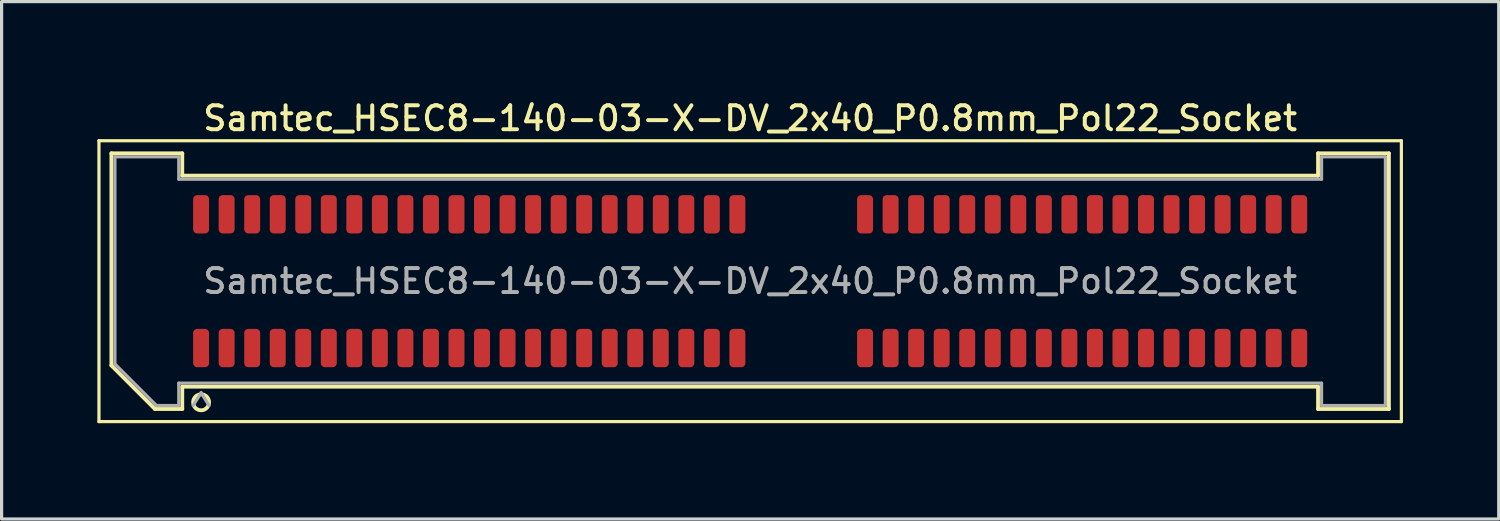
<source format=kicad_pcb>
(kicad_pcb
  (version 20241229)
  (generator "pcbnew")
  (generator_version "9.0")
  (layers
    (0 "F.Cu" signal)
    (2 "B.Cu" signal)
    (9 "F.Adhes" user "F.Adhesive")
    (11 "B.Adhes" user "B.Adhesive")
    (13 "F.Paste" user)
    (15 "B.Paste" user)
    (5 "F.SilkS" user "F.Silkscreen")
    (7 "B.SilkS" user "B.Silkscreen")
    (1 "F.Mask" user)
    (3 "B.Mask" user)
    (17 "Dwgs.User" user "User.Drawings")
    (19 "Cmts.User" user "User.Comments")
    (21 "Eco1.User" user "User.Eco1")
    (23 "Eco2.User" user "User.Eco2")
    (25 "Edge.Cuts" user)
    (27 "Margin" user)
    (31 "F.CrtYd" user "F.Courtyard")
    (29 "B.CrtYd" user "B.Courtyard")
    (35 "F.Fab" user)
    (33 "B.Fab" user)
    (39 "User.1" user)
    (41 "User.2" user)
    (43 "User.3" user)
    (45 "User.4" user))
  (footprint "Samtec_HSEC8-140-03-X-DV_2x40_P0.8mm_Pol22_Socket"
    (layer "F.Cu")
    (at 20.45 5.758)
    (property "Reference" "Samtec_HSEC8-140-03-X-DV_2x40_P0.8mm_Pol22_Socket" (at 0 -5.1 0) (layer "F.SilkS") (effects (font (size 0.75 0.75) (thickness 0.125))))
    (attr smd)
    (fp_line (start -20.4 -4.4) (end -20.4 4.4) (stroke (width 0.1) (type solid)) (layer "F.SilkS"))
    (fp_line (start -20.4 4.4) (end 20.4 4.4) (stroke (width 0.1) (type solid)) (layer "F.SilkS"))
    (fp_line (start -20.01 -4.005) (end -17.79 -4.005) (stroke (width 0.12) (type solid)) (layer "F.SilkS"))
    (fp_line (start -20.01 2.641) (end -20.01 -4.005) (stroke (width 0.12) (type solid)) (layer "F.SilkS"))
    (fp_line (start -18.646 4.005) (end -20.01 2.641) (stroke (width 0.12) (type solid)) (layer "F.SilkS"))
    (fp_line (start -17.79 -4.005) (end -17.79 -3.305) (stroke (width 0.12) (type solid)) (layer "F.SilkS"))
    (fp_line (start -17.79 -3.305) (end 17.79 -3.305) (stroke (width 0.12) (type solid)) (layer "F.SilkS"))
    (fp_line (start -17.79 3.305) (end -17.79 4.005) (stroke (width 0.12) (type solid)) (layer "F.SilkS"))
    (fp_line (start -17.79 4.005) (end -18.646 4.005) (stroke (width 0.12) (type solid)) (layer "F.SilkS"))
    (fp_line (start 17.79 -4.005) (end 20.01 -4.005) (stroke (width 0.12) (type solid)) (layer "F.SilkS"))
    (fp_line (start 17.79 -3.305) (end 17.79 -4.005) (stroke (width 0.12) (type solid)) (layer "F.SilkS"))
    (fp_line (start 17.79 3.305) (end -17.79 3.305) (stroke (width 0.12) (type solid)) (layer "F.SilkS"))
    (fp_line (start 17.79 4.005) (end 17.79 3.305) (stroke (width 0.12) (type solid)) (layer "F.SilkS"))
    (fp_line (start 20.01 -4.005) (end 20.01 4.005) (stroke (width 0.12) (type solid)) (layer "F.SilkS"))
    (fp_line (start 20.01 4.005) (end 17.79 4.005) (stroke (width 0.12) (type solid)) (layer "F.SilkS"))
    (fp_line (start 20.4 -4.4) (end -20.4 -4.4) (stroke (width 0.1) (type solid)) (layer "F.SilkS"))
    (fp_line (start 20.4 4.4) (end 20.4 -4.4) (stroke (width 0.1) (type solid)) (layer "F.SilkS"))
    (fp_arc (start -16.95 3.795) (mid -17.45 3.795) (end -16.95 3.795) (stroke (width 0.12) (type solid)) (layer "F.SilkS"))
    (fp_line (start -19.9 -3.895) (end -17.9 -3.895) (stroke (width 0.1) (type solid)) (layer "F.Fab"))
    (fp_line (start -19.9 2.595) (end -19.9 -3.895) (stroke (width 0.1) (type solid)) (layer "F.Fab"))
    (fp_line (start -18.6 3.895) (end -19.9 2.595) (stroke (width 0.1) (type solid)) (layer "F.Fab"))
    (fp_line (start -17.9 -3.895) (end -17.9 -3.195) (stroke (width 0.1) (type solid)) (layer "F.Fab"))
    (fp_line (start -17.9 -3.195) (end 17.9 -3.195) (stroke (width 0.1) (type solid)) (layer "F.Fab"))
    (fp_line (start -17.9 3.195) (end -17.9 3.895) (stroke (width 0.1) (type solid)) (layer "F.Fab"))
    (fp_line (start -17.9 3.895) (end -18.6 3.895) (stroke (width 0.1) (type solid)) (layer "F.Fab"))
    (fp_line (start -17.2 3.495) (end -17.45 3.895) (stroke (width 0.1) (type solid)) (layer "F.Fab"))
    (fp_line (start -17.2 3.495) (end -16.95 3.895) (stroke (width 0.1) (type solid)) (layer "F.Fab"))
    (fp_line (start 17.9 -3.895) (end 19.9 -3.895) (stroke (width 0.1) (type solid)) (layer "F.Fab"))
    (fp_line (start 17.9 -3.195) (end 17.9 -3.895) (stroke (width 0.1) (type solid)) (layer "F.Fab"))
    (fp_line (start 17.9 3.195) (end -17.9 3.195) (stroke (width 0.1) (type solid)) (layer "F.Fab"))
    (fp_line (start 17.9 3.895) (end 17.9 3.195) (stroke (width 0.1) (type solid)) (layer "F.Fab"))
    (fp_line (start 19.9 -3.895) (end 19.9 3.895) (stroke (width 0.1) (type solid)) (layer "F.Fab"))
    (fp_line (start 19.9 3.895) (end 17.9 3.895) (stroke (width 0.1) (type solid)) (layer "F.Fab"))
    (fp_text user "${REFERENCE}" (at 0 0 0) (layer "F.Fab") (effects (font (size 0.75 0.75) (thickness 0.125))))
    (pad "1" smd roundrect (at -17.2 2.095) (size 0.5 1.2) (layers "F.Cu" "F.Mask" "F.Paste") (roundrect_rratio 0.25))
    (pad "2" smd roundrect (at -17.2 -2.095) (size 0.5 1.2) (layers "F.Cu" "F.Mask" "F.Paste") (roundrect_rratio 0.25))
    (pad "3" smd roundrect (at -16.4 2.095) (size 0.5 1.2) (layers "F.Cu" "F.Mask" "F.Paste") (roundrect_rratio 0.25))
    (pad "4" smd roundrect (at -16.4 -2.095) (size 0.5 1.2) (layers "F.Cu" "F.Mask" "F.Paste") (roundrect_rratio 0.25))
    (pad "5" smd roundrect (at -15.6 2.095) (size 0.5 1.2) (layers "F.Cu" "F.Mask" "F.Paste") (roundrect_rratio 0.25))
    (pad "6" smd roundrect (at -15.6 -2.095) (size 0.5 1.2) (layers "F.Cu" "F.Mask" "F.Paste") (roundrect_rratio 0.25))
    (pad "7" smd roundrect (at -14.8 2.095) (size 0.5 1.2) (layers "F.Cu" "F.Mask" "F.Paste") (roundrect_rratio 0.25))
    (pad "8" smd roundrect (at -14.8 -2.095) (size 0.5 1.2) (layers "F.Cu" "F.Mask" "F.Paste") (roundrect_rratio 0.25))
    (pad "9" smd roundrect (at -14 2.095) (size 0.5 1.2) (layers "F.Cu" "F.Mask" "F.Paste") (roundrect_rratio 0.25))
    (pad "10" smd roundrect (at -14 -2.095) (size 0.5 1.2) (layers "F.Cu" "F.Mask" "F.Paste") (roundrect_rratio 0.25))
    (pad "11" smd roundrect (at -13.2 2.095) (size 0.5 1.2) (layers "F.Cu" "F.Mask" "F.Paste") (roundrect_rratio 0.25))
    (pad "12" smd roundrect (at -13.2 -2.095) (size 0.5 1.2) (layers "F.Cu" "F.Mask" "F.Paste") (roundrect_rratio 0.25))
    (pad "13" smd roundrect (at -12.4 2.095) (size 0.5 1.2) (layers "F.Cu" "F.Mask" "F.Paste") (roundrect_rratio 0.25))
    (pad "14" smd roundrect (at -12.4 -2.095) (size 0.5 1.2) (layers "F.Cu" "F.Mask" "F.Paste") (roundrect_rratio 0.25))
    (pad "15" smd roundrect (at -11.6 2.095) (size 0.5 1.2) (layers "F.Cu" "F.Mask" "F.Paste") (roundrect_rratio 0.25))
    (pad "16" smd roundrect (at -11.6 -2.095) (size 0.5 1.2) (layers "F.Cu" "F.Mask" "F.Paste") (roundrect_rratio 0.25))
    (pad "17" smd roundrect (at -10.8 2.095) (size 0.5 1.2) (layers "F.Cu" "F.Mask" "F.Paste") (roundrect_rratio 0.25))
    (pad "18" smd roundrect (at -10.8 -2.095) (size 0.5 1.2) (layers "F.Cu" "F.Mask" "F.Paste") (roundrect_rratio 0.25))
    (pad "19" smd roundrect (at -10 2.095) (size 0.5 1.2) (layers "F.Cu" "F.Mask" "F.Paste") (roundrect_rratio 0.25))
    (pad "20" smd roundrect (at -10 -2.095) (size 0.5 1.2) (layers "F.Cu" "F.Mask" "F.Paste") (roundrect_rratio 0.25))
    (pad "21" smd roundrect (at -9.2 2.095) (size 0.5 1.2) (layers "F.Cu" "F.Mask" "F.Paste") (roundrect_rratio 0.25))
    (pad "22" smd roundrect (at -9.2 -2.095) (size 0.5 1.2) (layers "F.Cu" "F.Mask" "F.Paste") (roundrect_rratio 0.25))
    (pad "23" smd roundrect (at -8.4 2.095) (size 0.5 1.2) (layers "F.Cu" "F.Mask" "F.Paste") (roundrect_rratio 0.25))
    (pad "24" smd roundrect (at -8.4 -2.095) (size 0.5 1.2) (layers "F.Cu" "F.Mask" "F.Paste") (roundrect_rratio 0.25))
    (pad "25" smd roundrect (at -7.6 2.095) (size 0.5 1.2) (layers "F.Cu" "F.Mask" "F.Paste") (roundrect_rratio 0.25))
    (pad "26" smd roundrect (at -7.6 -2.095) (size 0.5 1.2) (layers "F.Cu" "F.Mask" "F.Paste") (roundrect_rratio 0.25))
    (pad "27" smd roundrect (at -6.8 2.095) (size 0.5 1.2) (layers "F.Cu" "F.Mask" "F.Paste") (roundrect_rratio 0.25))
    (pad "28" smd roundrect (at -6.8 -2.095) (size 0.5 1.2) (layers "F.Cu" "F.Mask" "F.Paste") (roundrect_rratio 0.25))
    (pad "29" smd roundrect (at -6 2.095) (size 0.5 1.2) (layers "F.Cu" "F.Mask" "F.Paste") (roundrect_rratio 0.25))
    (pad "30" smd roundrect (at -6 -2.095) (size 0.5 1.2) (layers "F.Cu" "F.Mask" "F.Paste") (roundrect_rratio 0.25))
    (pad "31" smd roundrect (at -5.2 2.095) (size 0.5 1.2) (layers "F.Cu" "F.Mask" "F.Paste") (roundrect_rratio 0.25))
    (pad "32" smd roundrect (at -5.2 -2.095) (size 0.5 1.2) (layers "F.Cu" "F.Mask" "F.Paste") (roundrect_rratio 0.25))
    (pad "33" smd roundrect (at -4.4 2.095) (size 0.5 1.2) (layers "F.Cu" "F.Mask" "F.Paste") (roundrect_rratio 0.25))
    (pad "34" smd roundrect (at -4.4 -2.095) (size 0.5 1.2) (layers "F.Cu" "F.Mask" "F.Paste") (roundrect_rratio 0.25))
    (pad "35" smd roundrect (at -3.6 2.095) (size 0.5 1.2) (layers "F.Cu" "F.Mask" "F.Paste") (roundrect_rratio 0.25))
    (pad "36" smd roundrect (at -3.6 -2.095) (size 0.5 1.2) (layers "F.Cu" "F.Mask" "F.Paste") (roundrect_rratio 0.25))
    (pad "37" smd roundrect (at -2.8 2.095) (size 0.5 1.2) (layers "F.Cu" "F.Mask" "F.Paste") (roundrect_rratio 0.25))
    (pad "38" smd roundrect (at -2.8 -2.095) (size 0.5 1.2) (layers "F.Cu" "F.Mask" "F.Paste") (roundrect_rratio 0.25))
    (pad "39" smd roundrect (at -2 2.095) (size 0.5 1.2) (layers "F.Cu" "F.Mask" "F.Paste") (roundrect_rratio 0.25))
    (pad "40" smd roundrect (at -2 -2.095) (size 0.5 1.2) (layers "F.Cu" "F.Mask" "F.Paste") (roundrect_rratio 0.25))
    (pad "41" smd roundrect (at -1.2 2.095) (size 0.5 1.2) (layers "F.Cu" "F.Mask" "F.Paste") (roundrect_rratio 0.25))
    (pad "42" smd roundrect (at -1.2 -2.095) (size 0.5 1.2) (layers "F.Cu" "F.Mask" "F.Paste") (roundrect_rratio 0.25))
    (pad "43" smd roundrect (at -0.4 2.095) (size 0.5 1.2) (layers "F.Cu" "F.Mask" "F.Paste") (roundrect_rratio 0.25))
    (pad "44" smd roundrect (at -0.4 -2.095) (size 0.5 1.2) (layers "F.Cu" "F.Mask" "F.Paste") (roundrect_rratio 0.25))
    (pad "45" smd roundrect (at 3.6 2.095) (size 0.5 1.2) (layers "F.Cu" "F.Mask" "F.Paste") (roundrect_rratio 0.25))
    (pad "46" smd roundrect (at 3.6 -2.095) (size 0.5 1.2) (layers "F.Cu" "F.Mask" "F.Paste") (roundrect_rratio 0.25))
    (pad "47" smd roundrect (at 4.4 2.095) (size 0.5 1.2) (layers "F.Cu" "F.Mask" "F.Paste") (roundrect_rratio 0.25))
    (pad "48" smd roundrect (at 4.4 -2.095) (size 0.5 1.2) (layers "F.Cu" "F.Mask" "F.Paste") (roundrect_rratio 0.25))
    (pad "49" smd roundrect (at 5.2 2.095) (size 0.5 1.2) (layers "F.Cu" "F.Mask" "F.Paste") (roundrect_rratio 0.25))
    (pad "50" smd roundrect (at 5.2 -2.095) (size 0.5 1.2) (layers "F.Cu" "F.Mask" "F.Paste") (roundrect_rratio 0.25))
    (pad "51" smd roundrect (at 6 2.095) (size 0.5 1.2) (layers "F.Cu" "F.Mask" "F.Paste") (roundrect_rratio 0.25))
    (pad "52" smd roundrect (at 6 -2.095) (size 0.5 1.2) (layers "F.Cu" "F.Mask" "F.Paste") (roundrect_rratio 0.25))
    (pad "53" smd roundrect (at 6.8 2.095) (size 0.5 1.2) (layers "F.Cu" "F.Mask" "F.Paste") (roundrect_rratio 0.25))
    (pad "54" smd roundrect (at 6.8 -2.095) (size 0.5 1.2) (layers "F.Cu" "F.Mask" "F.Paste") (roundrect_rratio 0.25))
    (pad "55" smd roundrect (at 7.6 2.095) (size 0.5 1.2) (layers "F.Cu" "F.Mask" "F.Paste") (roundrect_rratio 0.25))
    (pad "56" smd roundrect (at 7.6 -2.095) (size 0.5 1.2) (layers "F.Cu" "F.Mask" "F.Paste") (roundrect_rratio 0.25))
    (pad "57" smd roundrect (at 8.4 2.095) (size 0.5 1.2) (layers "F.Cu" "F.Mask" "F.Paste") (roundrect_rratio 0.25))
    (pad "58" smd roundrect (at 8.4 -2.095) (size 0.5 1.2) (layers "F.Cu" "F.Mask" "F.Paste") (roundrect_rratio 0.25))
    (pad "59" smd roundrect (at 9.2 2.095) (size 0.5 1.2) (layers "F.Cu" "F.Mask" "F.Paste") (roundrect_rratio 0.25))
    (pad "60" smd roundrect (at 9.2 -2.095) (size 0.5 1.2) (layers "F.Cu" "F.Mask" "F.Paste") (roundrect_rratio 0.25))
    (pad "61" smd roundrect (at 10 2.095) (size 0.5 1.2) (layers "F.Cu" "F.Mask" "F.Paste") (roundrect_rratio 0.25))
    (pad "62" smd roundrect (at 10 -2.095) (size 0.5 1.2) (layers "F.Cu" "F.Mask" "F.Paste") (roundrect_rratio 0.25))
    (pad "63" smd roundrect (at 10.8 2.095) (size 0.5 1.2) (layers "F.Cu" "F.Mask" "F.Paste") (roundrect_rratio 0.25))
    (pad "64" smd roundrect (at 10.8 -2.095) (size 0.5 1.2) (layers "F.Cu" "F.Mask" "F.Paste") (roundrect_rratio 0.25))
    (pad "65" smd roundrect (at 11.6 2.095) (size 0.5 1.2) (layers "F.Cu" "F.Mask" "F.Paste") (roundrect_rratio 0.25))
    (pad "66" smd roundrect (at 11.6 -2.095) (size 0.5 1.2) (layers "F.Cu" "F.Mask" "F.Paste") (roundrect_rratio 0.25))
    (pad "67" smd roundrect (at 12.4 2.095) (size 0.5 1.2) (layers "F.Cu" "F.Mask" "F.Paste") (roundrect_rratio 0.25))
    (pad "68" smd roundrect (at 12.4 -2.095) (size 0.5 1.2) (layers "F.Cu" "F.Mask" "F.Paste") (roundrect_rratio 0.25))
    (pad "69" smd roundrect (at 13.2 2.095) (size 0.5 1.2) (layers "F.Cu" "F.Mask" "F.Paste") (roundrect_rratio 0.25))
    (pad "70" smd roundrect (at 13.2 -2.095) (size 0.5 1.2) (layers "F.Cu" "F.Mask" "F.Paste") (roundrect_rratio 0.25))
    (pad "71" smd roundrect (at 14 2.095) (size 0.5 1.2) (layers "F.Cu" "F.Mask" "F.Paste") (roundrect_rratio 0.25))
    (pad "72" smd roundrect (at 14 -2.095) (size 0.5 1.2) (layers "F.Cu" "F.Mask" "F.Paste") (roundrect_rratio 0.25))
    (pad "73" smd roundrect (at 14.8 2.095) (size 0.5 1.2) (layers "F.Cu" "F.Mask" "F.Paste") (roundrect_rratio 0.25))
    (pad "74" smd roundrect (at 14.8 -2.095) (size 0.5 1.2) (layers "F.Cu" "F.Mask" "F.Paste") (roundrect_rratio 0.25))
    (pad "75" smd roundrect (at 15.6 2.095) (size 0.5 1.2) (layers "F.Cu" "F.Mask" "F.Paste") (roundrect_rratio 0.25))
    (pad "76" smd roundrect (at 15.6 -2.095) (size 0.5 1.2) (layers "F.Cu" "F.Mask" "F.Paste") (roundrect_rratio 0.25))
    (pad "77" smd roundrect (at 16.4 2.095) (size 0.5 1.2) (layers "F.Cu" "F.Mask" "F.Paste") (roundrect_rratio 0.25))
    (pad "78" smd roundrect (at 16.4 -2.095) (size 0.5 1.2) (layers "F.Cu" "F.Mask" "F.Paste") (roundrect_rratio 0.25))
    (pad "79" smd roundrect (at 17.2 2.095) (size 0.5 1.2) (layers "F.Cu" "F.Mask" "F.Paste") (roundrect_rratio 0.25))
    (pad "80" smd roundrect (at 17.2 -2.095) (size 0.5 1.2) (layers "F.Cu" "F.Mask" "F.Paste") (roundrect_rratio 0.25)))
  (gr_rect
    (start -3 -3)
    (end 43.9 13.208)
    (stroke (width 0.1) (type default))
    (fill no)
    (layer "Edge.Cuts")))
</source>
